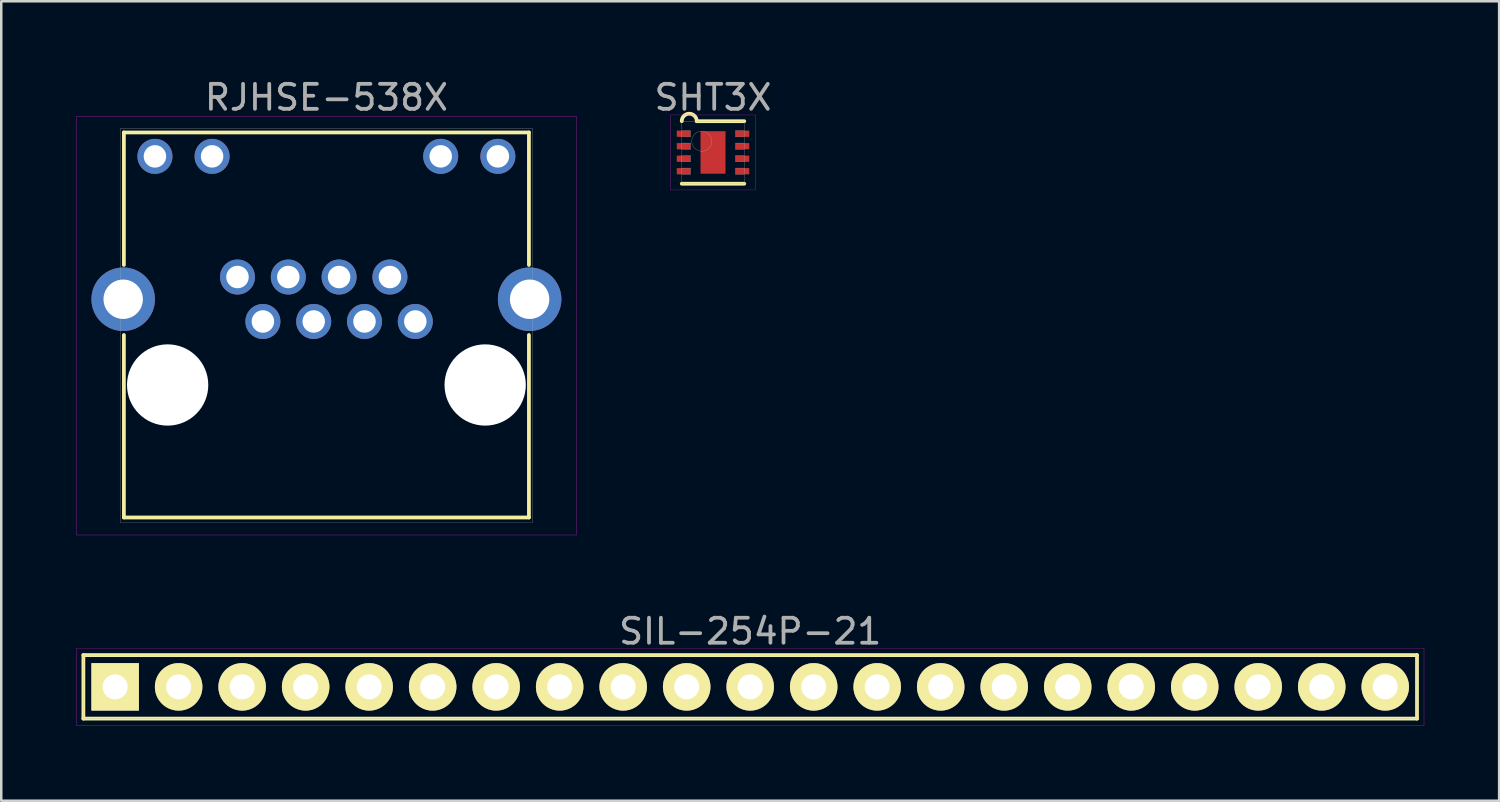
<source format=kicad_pcb>
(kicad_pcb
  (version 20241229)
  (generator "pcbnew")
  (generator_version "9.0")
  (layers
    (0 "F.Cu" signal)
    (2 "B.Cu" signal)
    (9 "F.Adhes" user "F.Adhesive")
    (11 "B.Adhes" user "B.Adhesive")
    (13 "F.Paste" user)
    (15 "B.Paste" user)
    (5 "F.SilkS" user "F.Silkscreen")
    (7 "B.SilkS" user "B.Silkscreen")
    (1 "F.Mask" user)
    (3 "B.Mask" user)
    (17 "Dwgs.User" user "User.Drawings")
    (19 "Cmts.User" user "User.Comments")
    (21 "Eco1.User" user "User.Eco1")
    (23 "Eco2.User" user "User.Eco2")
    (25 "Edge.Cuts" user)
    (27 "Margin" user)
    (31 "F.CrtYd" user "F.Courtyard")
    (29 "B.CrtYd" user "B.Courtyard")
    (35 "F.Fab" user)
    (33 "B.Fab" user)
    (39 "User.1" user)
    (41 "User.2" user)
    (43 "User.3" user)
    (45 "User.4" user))
  (footprint "RJHSE-538X"
    (layer "F.Cu")
    (at 10.005 12.348)
    (property "Reference" "RJHSE-538X" (at 0 -11.5 0) (layer "F.Fab") (effects (font (size 1 1) (thickness 0.15))))
    (attr through_hole)
    (fp_line (start -8.1 -10.1) (end -8.1 -4.8) (stroke (width 0.15) (type solid)) (layer "F.SilkS"))
    (fp_line (start -8.1 -2) (end -8.1 5.3) (stroke (width 0.15) (type solid)) (layer "F.SilkS"))
    (fp_line (start -8.1 5.3) (end 8.1 5.3) (stroke (width 0.15) (type solid)) (layer "F.SilkS"))
    (fp_line (start 8.1 -10.1) (end -8.1 -10.1) (stroke (width 0.15) (type solid)) (layer "F.SilkS"))
    (fp_line (start 8.1 -4.8) (end 8.1 -10.1) (stroke (width 0.15) (type solid)) (layer "F.SilkS"))
    (fp_line (start 8.1 5.3) (end 8.1 -2) (stroke (width 0.15) (type solid)) (layer "F.SilkS"))
    (fp_line (start -10 -10.75) (end -10 6) (stroke (width 0.01) (type solid)) (layer "F.CrtYd"))
    (fp_line (start -10 6) (end 10 6) (stroke (width 0.01) (type solid)) (layer "F.CrtYd"))
    (fp_line (start 10 -10.75) (end -10 -10.75) (stroke (width 0.01) (type solid)) (layer "F.CrtYd"))
    (fp_line (start 10 6) (end 10 -10.75) (stroke (width 0.01) (type solid)) (layer "F.CrtYd"))
    (fp_line (start -8.25 -10.25) (end -8.25 5.5) (stroke (width 0.01) (type solid)) (layer "F.Fab"))
    (fp_line (start -8.25 -10.25) (end 8.25 -10.25) (stroke (width 0.01) (type solid)) (layer "F.Fab"))
    (fp_line (start -8.25 5.5) (end 8.25 5.5) (stroke (width 0.01) (type solid)) (layer "F.Fab"))
    (fp_line (start 8.25 -10.25) (end 8.25 5.5) (stroke (width 0.01) (type solid)) (layer "F.Fab"))
    (pad "" np_thru_hole circle (at -6.35 0) (size 3.251 3.251) (drill 3.251) (layers "*.Cu" "*.Mask"))
    (pad "" np_thru_hole circle (at 6.35 0) (size 3.251 3.251) (drill 3.251) (layers "*.Cu" "*.Mask"))
    (pad "1" thru_hole circle (at -3.556 -4.318) (size 1.4 1.4) (drill 0.9) (layers "*.Cu" "*.Mask"))
    (pad "2" thru_hole circle (at -1.524 -4.318) (size 1.4 1.4) (drill 0.9) (layers "*.Cu" "*.Mask"))
    (pad "3" thru_hole circle (at 0.508 -4.318) (size 1.4 1.4) (drill 0.9) (layers "*.Cu" "*.Mask"))
    (pad "4" thru_hole circle (at 2.54 -4.318) (size 1.4 1.4) (drill 0.9) (layers "*.Cu" "*.Mask"))
    (pad "5" thru_hole circle (at -2.54 -2.54) (size 1.4 1.4) (drill 0.9) (layers "*.Cu" "*.Mask"))
    (pad "6" thru_hole circle (at -0.508 -2.54) (size 1.4 1.4) (drill 0.9) (layers "*.Cu" "*.Mask"))
    (pad "7" thru_hole circle (at 1.524 -2.54) (size 1.4 1.4) (drill 0.9) (layers "*.Cu" "*.Mask"))
    (pad "8" thru_hole circle (at 3.556 -2.54) (size 1.4 1.4) (drill 0.9) (layers "*.Cu" "*.Mask"))
    (pad "9" thru_hole circle (at -6.858 -9.144) (size 1.4 1.4) (drill 0.9) (layers "*.Cu" "*.Mask"))
    (pad "10" thru_hole circle (at 6.858 -9.144) (size 1.4 1.4) (drill 0.9) (layers "*.Cu" "*.Mask"))
    (pad "11" thru_hole circle (at -4.572 -9.144) (size 1.4 1.4) (drill 0.9) (layers "*.Cu" "*.Mask"))
    (pad "12" thru_hole circle (at 4.572 -9.144) (size 1.4 1.4) (drill 0.9) (layers "*.Cu" "*.Mask"))
    (pad "S" thru_hole circle (at -8.128 -3.429) (size 2.54 2.54) (drill 1.575) (layers "*.Cu" "*.Mask"))
    (pad "S" thru_hole circle (at 8.128 -3.429) (size 2.54 2.54) (drill 1.575) (layers "*.Cu" "*.Mask")))
  (footprint "SIL-254P-21"
    (layer "F.Cu")
    (at 26.955 24.422)
    (property "Reference" "SIL-254P-21" (at 0 -2.22 0) (layer "F.Fab") (effects (font (size 1 1) (thickness 0.15))))
    (attr through_hole)
    (fp_line (start -26.67 -1.27) (end 26.67 -1.27) (stroke (width 0.15) (type solid)) (layer "F.SilkS"))
    (fp_line (start -26.67 1.27) (end -26.67 -1.27) (stroke (width 0.15) (type solid)) (layer "F.SilkS"))
    (fp_line (start 26.67 -1.27) (end 26.67 1.27) (stroke (width 0.15) (type solid)) (layer "F.SilkS"))
    (fp_line (start 26.67 1.27) (end -26.67 1.27) (stroke (width 0.15) (type solid)) (layer "F.SilkS"))
    (fp_line (start -26.95 -1.55) (end 26.95 -1.55) (stroke (width 0.01) (type solid)) (layer "F.CrtYd"))
    (fp_line (start -26.95 1.55) (end -26.95 -1.55) (stroke (width 0.01) (type solid)) (layer "F.CrtYd"))
    (fp_line (start 26.95 -1.55) (end 26.95 1.55) (stroke (width 0.01) (type solid)) (layer "F.CrtYd"))
    (fp_line (start 26.95 1.55) (end -26.95 1.55) (stroke (width 0.01) (type solid)) (layer "F.CrtYd"))
    (fp_line (start -26.67 -1.27) (end 26.67 -1.27) (stroke (width 0.01) (type solid)) (layer "F.Fab"))
    (fp_line (start -26.67 1.27) (end -26.67 -1.27) (stroke (width 0.01) (type solid)) (layer "F.Fab"))
    (fp_line (start 26.67 -1.27) (end 26.67 1.27) (stroke (width 0.01) (type solid)) (layer "F.Fab"))
    (fp_line (start 26.67 1.27) (end -26.67 1.27) (stroke (width 0.01) (type solid)) (layer "F.Fab"))
    (pad "1" thru_hole rect (at -25.4 0) (size 1.9 1.9) (drill 1) (layers "*.Cu" "*.Mask" "F.SilkS"))
    (pad "2" thru_hole circle (at -22.86 0) (size 1.9 1.9) (drill 1) (layers "*.Cu" "*.Mask" "F.SilkS"))
    (pad "3" thru_hole circle (at -20.32 0) (size 1.9 1.9) (drill 1) (layers "*.Cu" "*.Mask" "F.SilkS"))
    (pad "4" thru_hole circle (at -17.78 0) (size 1.9 1.9) (drill 1) (layers "*.Cu" "*.Mask" "F.SilkS"))
    (pad "5" thru_hole circle (at -15.24 0) (size 1.9 1.9) (drill 1) (layers "*.Cu" "*.Mask" "F.SilkS"))
    (pad "6" thru_hole circle (at -12.7 0) (size 1.9 1.9) (drill 1) (layers "*.Cu" "*.Mask" "F.SilkS"))
    (pad "7" thru_hole circle (at -10.16 0) (size 1.9 1.9) (drill 1) (layers "*.Cu" "*.Mask" "F.SilkS"))
    (pad "8" thru_hole circle (at -7.62 0) (size 1.9 1.9) (drill 1) (layers "*.Cu" "*.Mask" "F.SilkS"))
    (pad "9" thru_hole circle (at -5.08 0) (size 1.9 1.9) (drill 1) (layers "*.Cu" "*.Mask" "F.SilkS"))
    (pad "10" thru_hole circle (at -2.54 0) (size 1.9 1.9) (drill 1) (layers "*.Cu" "*.Mask" "F.SilkS"))
    (pad "11" thru_hole circle (at 0 0) (size 1.9 1.9) (drill 1) (layers "*.Cu" "*.Mask" "F.SilkS"))
    (pad "12" thru_hole circle (at 2.54 0) (size 1.9 1.9) (drill 1) (layers "*.Cu" "*.Mask" "F.SilkS"))
    (pad "13" thru_hole circle (at 5.08 0) (size 1.9 1.9) (drill 1) (layers "*.Cu" "*.Mask" "F.SilkS"))
    (pad "14" thru_hole circle (at 7.62 0) (size 1.9 1.9) (drill 1) (layers "*.Cu" "*.Mask" "F.SilkS"))
    (pad "15" thru_hole circle (at 10.16 0) (size 1.9 1.9) (drill 1) (layers "*.Cu" "*.Mask" "F.SilkS"))
    (pad "16" thru_hole circle (at 12.7 0) (size 1.9 1.9) (drill 1) (layers "*.Cu" "*.Mask" "F.SilkS"))
    (pad "17" thru_hole circle (at 15.24 0) (size 1.9 1.9) (drill 1) (layers "*.Cu" "*.Mask" "F.SilkS"))
    (pad "18" thru_hole circle (at 17.78 0) (size 1.9 1.9) (drill 1) (layers "*.Cu" "*.Mask" "F.SilkS"))
    (pad "19" thru_hole circle (at 20.32 0) (size 1.9 1.9) (drill 1) (layers "*.Cu" "*.Mask" "F.SilkS"))
    (pad "20" thru_hole circle (at 22.86 0) (size 1.9 1.9) (drill 1) (layers "*.Cu" "*.Mask" "F.SilkS"))
    (pad "21" thru_hole circle (at 25.4 0) (size 1.9 1.9) (drill 1) (layers "*.Cu" "*.Mask" "F.SilkS")))
  (footprint "SHT3X"
    (layer "F.Cu")
    (at 25.468 3.048)
    (property "Reference" "SHT3X" (at 0 -2.2 0) (layer "F.Fab") (effects (font (size 1 1) (thickness 0.15))))
    (attr smd)
    (fp_line (start -1.25 1.25) (end 1.25 1.25) (stroke (width 0.15) (type solid)) (layer "F.SilkS"))
    (fp_line (start -0.65 -1.25) (end 1.25 -1.25) (stroke (width 0.15) (type solid)) (layer "F.SilkS"))
    (fp_arc (start -1.25 -1.25) (mid -0.95 -1.55) (end -0.65 -1.25) (stroke (width 0.15) (type solid)) (layer "F.SilkS"))
    (fp_line (start -1.7 -1.5) (end 1.7 -1.5) (stroke (width 0.01) (type solid)) (layer "F.CrtYd"))
    (fp_line (start -1.7 1.5) (end -1.7 -1.5) (stroke (width 0.01) (type solid)) (layer "F.CrtYd"))
    (fp_line (start 1.7 -1.5) (end 1.7 1.5) (stroke (width 0.01) (type solid)) (layer "F.CrtYd"))
    (fp_line (start 1.7 1.5) (end -1.7 1.5) (stroke (width 0.01) (type solid)) (layer "F.CrtYd"))
    (fp_line (start -1.25 -1.25) (end 1.25 -1.25) (stroke (width 0.01) (type solid)) (layer "F.Fab"))
    (fp_line (start -1.25 -0.625) (end -0.9 -0.625) (stroke (width 0.01) (type solid)) (layer "F.Fab"))
    (fp_line (start -1.25 -0.125) (end -0.9 -0.125) (stroke (width 0.01) (type solid)) (layer "F.Fab"))
    (fp_line (start -1.25 0.375) (end -0.9 0.375) (stroke (width 0.01) (type solid)) (layer "F.Fab"))
    (fp_line (start -1.25 0.875) (end -0.9 0.875) (stroke (width 0.01) (type solid)) (layer "F.Fab"))
    (fp_line (start -1.25 1.25) (end -1.25 -1.25) (stroke (width 0.01) (type solid)) (layer "F.Fab"))
    (fp_line (start -0.9 -0.875) (end -1.25 -0.875) (stroke (width 0.01) (type solid)) (layer "F.Fab"))
    (fp_line (start -0.9 -0.625) (end -0.9 -0.875) (stroke (width 0.01) (type solid)) (layer "F.Fab"))
    (fp_line (start -0.9 -0.375) (end -1.25 -0.375) (stroke (width 0.01) (type solid)) (layer "F.Fab"))
    (fp_line (start -0.9 -0.125) (end -0.9 -0.375) (stroke (width 0.01) (type solid)) (layer "F.Fab"))
    (fp_line (start -0.9 0.125) (end -1.25 0.125) (stroke (width 0.01) (type solid)) (layer "F.Fab"))
    (fp_line (start -0.9 0.375) (end -0.9 0.125) (stroke (width 0.01) (type solid)) (layer "F.Fab"))
    (fp_line (start -0.9 0.625) (end -1.25 0.625) (stroke (width 0.01) (type solid)) (layer "F.Fab"))
    (fp_line (start -0.9 0.875) (end -0.9 0.625) (stroke (width 0.01) (type solid)) (layer "F.Fab"))
    (fp_line (start 0.9 -0.875) (end 0.9 -0.625) (stroke (width 0.01) (type solid)) (layer "F.Fab"))
    (fp_line (start 0.9 -0.625) (end 1.25 -0.625) (stroke (width 0.01) (type solid)) (layer "F.Fab"))
    (fp_line (start 0.9 -0.375) (end 0.9 -0.125) (stroke (width 0.01) (type solid)) (layer "F.Fab"))
    (fp_line (start 0.9 -0.125) (end 1.25 -0.125) (stroke (width 0.01) (type solid)) (layer "F.Fab"))
    (fp_line (start 0.9 0.125) (end 0.9 0.375) (stroke (width 0.01) (type solid)) (layer "F.Fab"))
    (fp_line (start 0.9 0.375) (end 1.25 0.375) (stroke (width 0.01) (type solid)) (layer "F.Fab"))
    (fp_line (start 0.9 0.625) (end 0.9 0.875) (stroke (width 0.01) (type solid)) (layer "F.Fab"))
    (fp_line (start 0.9 0.875) (end 1.25 0.875) (stroke (width 0.01) (type solid)) (layer "F.Fab"))
    (fp_line (start 1.25 -1.25) (end 1.25 1.25) (stroke (width 0.01) (type solid)) (layer "F.Fab"))
    (fp_line (start 1.25 -0.875) (end 0.9 -0.875) (stroke (width 0.01) (type solid)) (layer "F.Fab"))
    (fp_line (start 1.25 -0.375) (end 0.9 -0.375) (stroke (width 0.01) (type solid)) (layer "F.Fab"))
    (fp_line (start 1.25 0.125) (end 0.9 0.125) (stroke (width 0.01) (type solid)) (layer "F.Fab"))
    (fp_line (start 1.25 0.625) (end 0.9 0.625) (stroke (width 0.01) (type solid)) (layer "F.Fab"))
    (fp_line (start 1.25 1.25) (end -1.25 1.25) (stroke (width 0.01) (type solid)) (layer "F.Fab"))
    (fp_circle (center -0.45 -0.45) (end -0.45 -0.05) (stroke (width 0.01) (type solid)) (fill no) (layer "F.Fab"))
    (pad "" smd rect (at 0 0) (size 0.9 1.6) (layers "F.Paste"))
    (pad "1" smd rect (at -1.175 -0.75) (size 0.55 0.25) (layers "F.Cu" "F.Mask" "F.Paste"))
    (pad "2" smd rect (at -1.175 -0.25) (size 0.55 0.25) (layers "F.Cu" "F.Mask" "F.Paste"))
    (pad "3" smd rect (at -1.175 0.25) (size 0.55 0.25) (layers "F.Cu" "F.Mask" "F.Paste"))
    (pad "4" smd rect (at -1.175 0.75) (size 0.55 0.25) (layers "F.Cu" "F.Mask" "F.Paste"))
    (pad "5" smd rect (at 1.175 0.75) (size 0.55 0.25) (layers "F.Cu" "F.Mask" "F.Paste"))
    (pad "6" smd rect (at 1.175 0.25) (size 0.55 0.25) (layers "F.Cu" "F.Mask" "F.Paste"))
    (pad "7" smd rect (at 1.175 -0.25) (size 0.55 0.25) (layers "F.Cu" "F.Mask" "F.Paste"))
    (pad "8" smd rect (at 1.175 -0.75) (size 0.55 0.25) (layers "F.Cu" "F.Mask" "F.Paste"))
    (pad "EP" smd rect (at 0 0) (size 1 1.7) (layers "F.Cu" "F.Mask")))
  (gr_rect
    (start -3 -3)
    (end 56.91 28.977)
    (stroke (width 0.1) (type default))
    (fill no)
    (layer "Edge.Cuts")))
</source>
